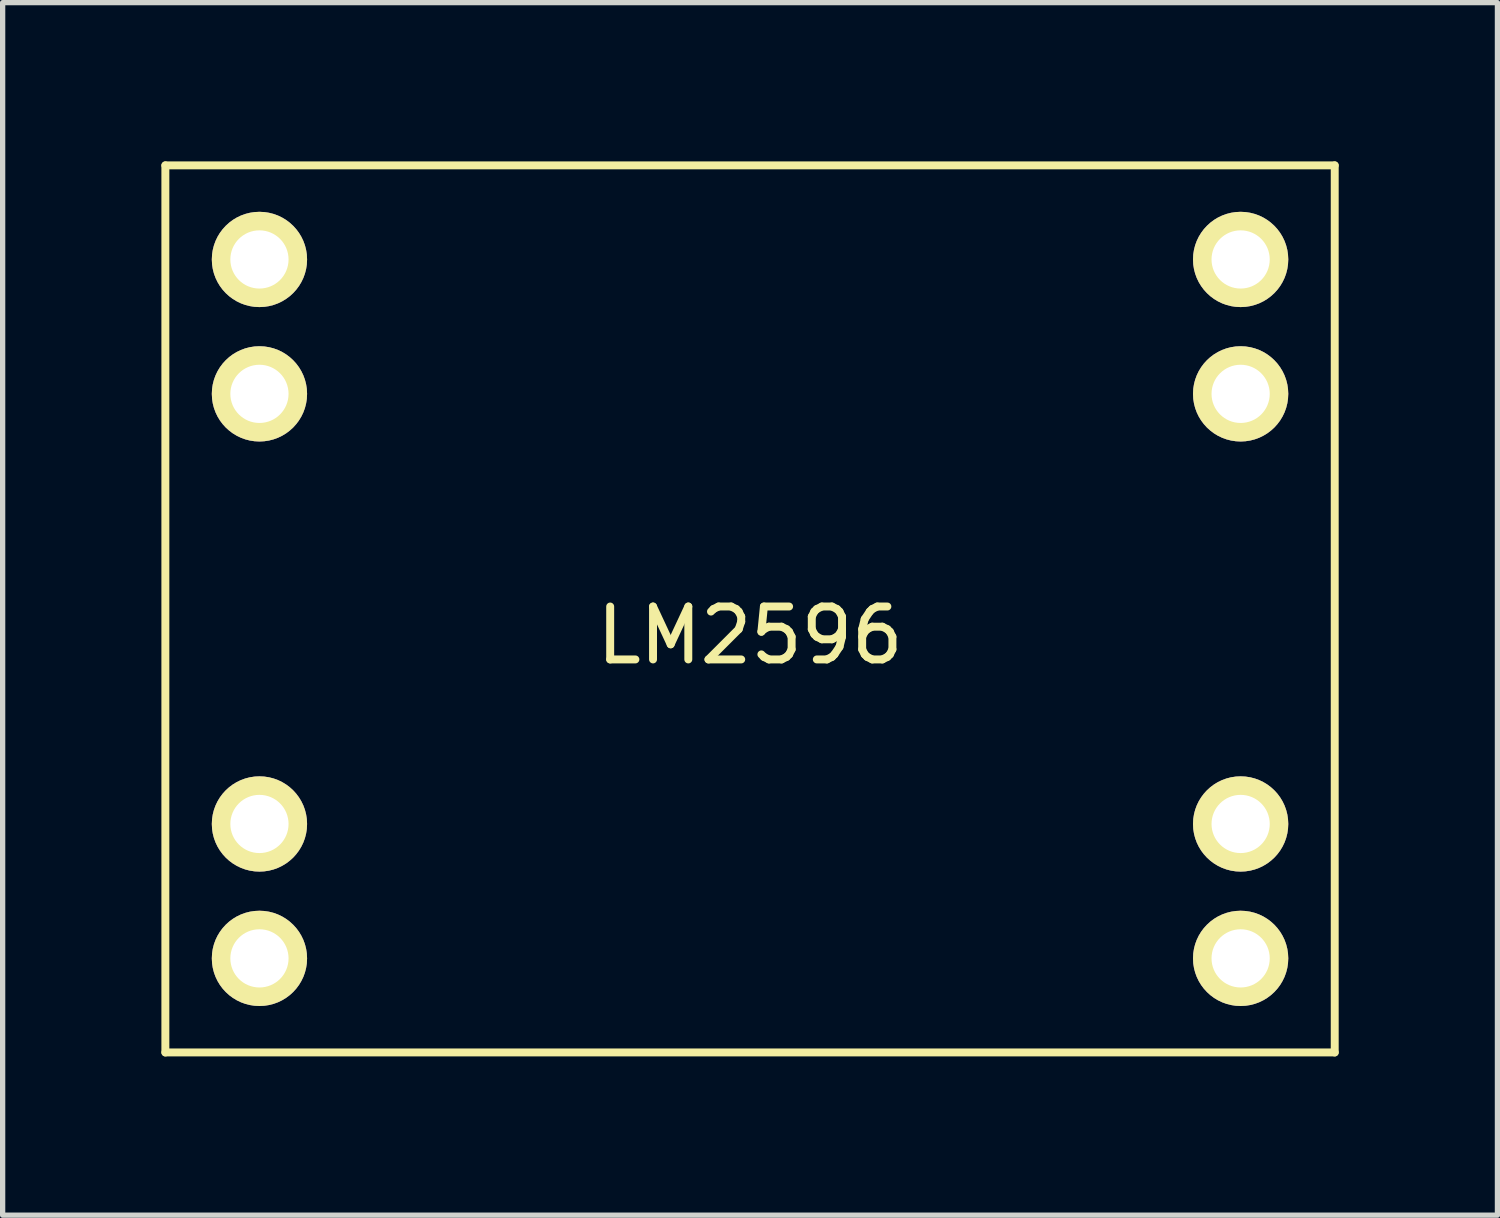
<source format=kicad_pcb>
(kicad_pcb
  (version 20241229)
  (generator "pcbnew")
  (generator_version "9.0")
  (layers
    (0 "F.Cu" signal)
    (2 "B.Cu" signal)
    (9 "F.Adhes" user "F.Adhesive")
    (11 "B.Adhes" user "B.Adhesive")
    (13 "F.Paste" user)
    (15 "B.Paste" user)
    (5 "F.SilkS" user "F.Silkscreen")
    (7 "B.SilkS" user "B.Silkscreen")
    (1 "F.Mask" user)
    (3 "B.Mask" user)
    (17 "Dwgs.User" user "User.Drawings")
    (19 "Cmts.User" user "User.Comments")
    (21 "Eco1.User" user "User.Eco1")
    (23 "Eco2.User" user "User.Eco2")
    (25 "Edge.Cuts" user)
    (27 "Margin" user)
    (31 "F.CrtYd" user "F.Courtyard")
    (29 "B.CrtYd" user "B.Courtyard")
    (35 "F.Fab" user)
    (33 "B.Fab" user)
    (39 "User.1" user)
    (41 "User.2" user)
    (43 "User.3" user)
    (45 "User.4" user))
  (footprint "LM2596"
    (layer "F.Cu")
    (at 11.124 8.457)
    (property "Reference" "LM2596" (at 0 0.5 0) (layer "F.SilkS") (effects (font (size 1 1) (thickness 0.15))))
    (attr through_hole)
    (fp_line (start -11.049 -8.382) (end -11.049 8.382) (stroke (width 0.15) (type solid)) (layer "F.SilkS"))
    (fp_line (start -11.049 -8.382) (end 11.049 -8.382) (stroke (width 0.15) (type solid)) (layer "F.SilkS"))
    (fp_line (start 11.049 -8.382) (end 11.049 8.382) (stroke (width 0.15) (type solid)) (layer "F.SilkS"))
    (fp_line (start 11.049 8.382) (end -11.049 8.382) (stroke (width 0.15) (type solid)) (layer "F.SilkS"))
    (pad "1" thru_hole circle (at -9.271 6.604) (size 1.8 1.8) (drill 1.1) (layers "*.Cu" "*.Mask" "F.SilkS"))
    (pad "2" thru_hole circle (at -9.271 4.064) (size 1.8 1.8) (drill 1.1) (layers "*.Cu" "*.Mask" "F.SilkS"))
    (pad "3" thru_hole circle (at -9.271 -6.604) (size 1.8 1.8) (drill 1.1) (layers "*.Cu" "*.Mask" "F.SilkS"))
    (pad "4" thru_hole circle (at -9.271 -4.064) (size 1.8 1.8) (drill 1.1) (layers "*.Cu" "*.Mask" "F.SilkS"))
    (pad "5" thru_hole circle (at 9.271 6.604) (size 1.8 1.8) (drill 1.1) (layers "*.Cu" "*.Mask" "F.SilkS"))
    (pad "6" thru_hole circle (at 9.271 4.064) (size 1.8 1.8) (drill 1.1) (layers "*.Cu" "*.Mask" "F.SilkS"))
    (pad "7" thru_hole circle (at 9.271 -4.064) (size 1.8 1.8) (drill 1.1) (layers "*.Cu" "*.Mask" "F.SilkS"))
    (pad "8" thru_hole circle (at 9.271 -6.604) (size 1.8 1.8) (drill 1.1) (layers "*.Cu" "*.Mask" "F.SilkS")))
  (gr_rect
    (start -3 -3)
    (end 25.248 19.914)
    (stroke (width 0.1) (type default))
    (fill no)
    (layer "Edge.Cuts")))
</source>
